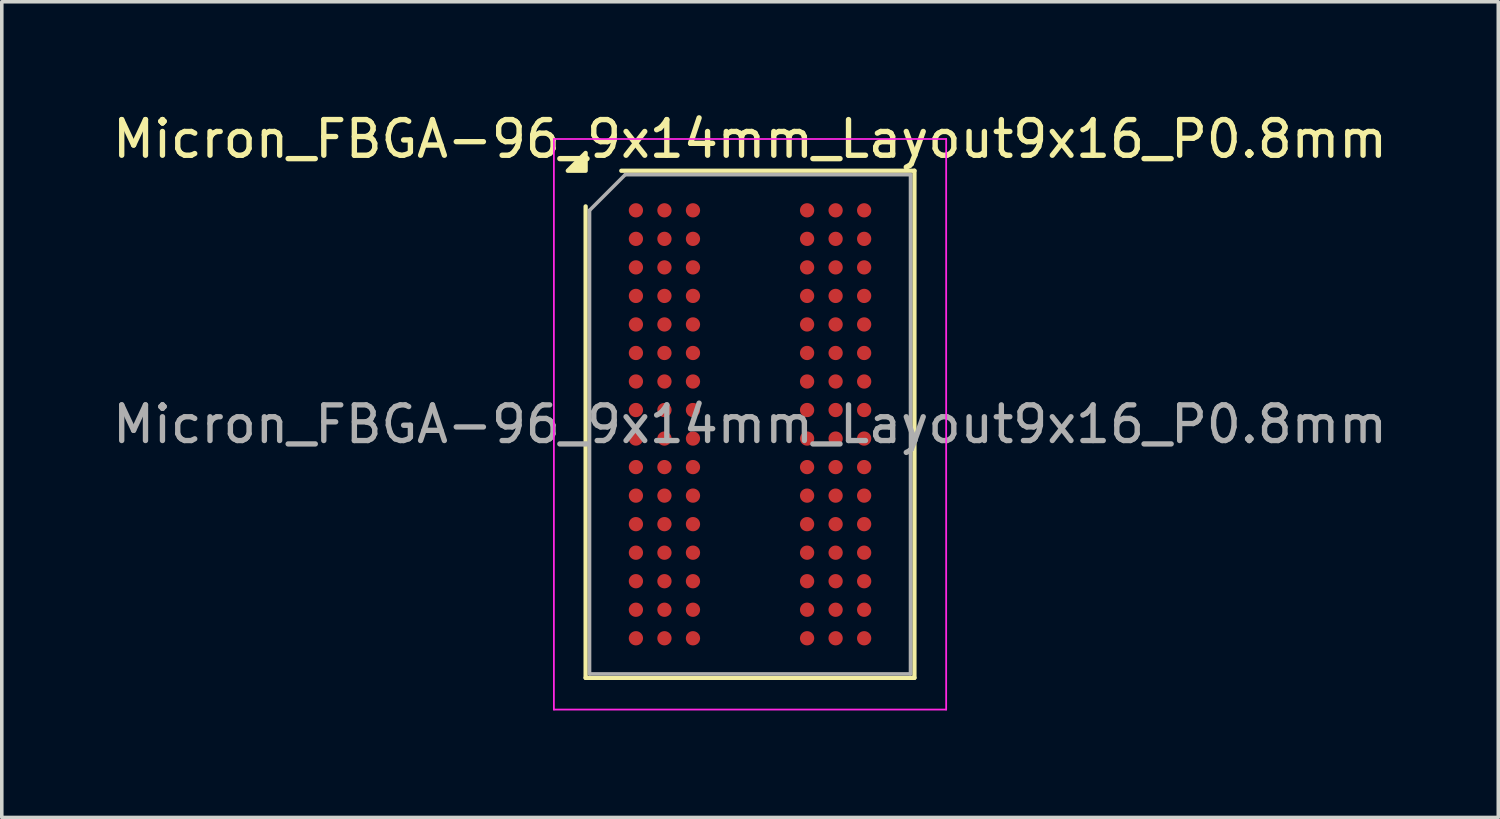
<source format=kicad_pcb>
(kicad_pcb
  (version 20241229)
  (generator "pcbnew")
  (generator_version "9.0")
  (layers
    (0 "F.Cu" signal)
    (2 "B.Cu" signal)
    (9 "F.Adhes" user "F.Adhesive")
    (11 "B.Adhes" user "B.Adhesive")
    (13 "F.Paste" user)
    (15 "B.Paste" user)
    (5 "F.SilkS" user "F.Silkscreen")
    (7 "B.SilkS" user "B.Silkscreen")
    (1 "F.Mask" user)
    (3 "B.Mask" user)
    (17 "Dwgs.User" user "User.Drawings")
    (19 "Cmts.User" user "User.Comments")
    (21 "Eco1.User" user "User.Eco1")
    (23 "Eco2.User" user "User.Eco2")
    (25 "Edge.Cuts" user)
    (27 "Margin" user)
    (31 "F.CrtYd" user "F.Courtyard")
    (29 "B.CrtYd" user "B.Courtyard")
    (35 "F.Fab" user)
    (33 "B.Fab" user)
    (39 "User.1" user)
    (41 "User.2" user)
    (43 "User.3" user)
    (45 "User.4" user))
  (footprint "Micron_FBGA-96_9x14mm_Layout9x16_P0.8mm"
    (layer "F.Cu")
    (at 17.982 8.848)
    (property "Reference" "Micron_FBGA-96_9x14mm_Layout9x16_P0.8mm" (at 0 -8 0) (layer "F.SilkS") (effects (font (size 1 1) (thickness 0.15))))
    (attr smd)
    (fp_line (start -4.61 7.11) (end -4.61 -6.11) (stroke (width 0.12) (type solid)) (layer "F.SilkS"))
    (fp_line (start -3.61 -7.11) (end 4.61 -7.11) (stroke (width 0.12) (type solid)) (layer "F.SilkS"))
    (fp_line (start 4.61 -7.11) (end 4.61 7.11) (stroke (width 0.12) (type solid)) (layer "F.SilkS"))
    (fp_line (start 4.61 7.11) (end -4.61 7.11) (stroke (width 0.12) (type solid)) (layer "F.SilkS"))
    (fp_poly (pts (xy -4.61 -7.11) (xy -5.11 -7.11) (xy -4.61 -7.61)) (stroke (width 0.12) (type solid)) (fill yes) (layer "F.SilkS"))
    (fp_line (start -5.5 -8) (end -5.5 8) (stroke (width 0.05) (type solid)) (layer "F.CrtYd"))
    (fp_line (start -5.5 8) (end 5.5 8) (stroke (width 0.05) (type solid)) (layer "F.CrtYd"))
    (fp_line (start 5.5 -8) (end -5.5 -8) (stroke (width 0.05) (type solid)) (layer "F.CrtYd"))
    (fp_line (start 5.5 8) (end 5.5 -8) (stroke (width 0.05) (type solid)) (layer "F.CrtYd"))
    (fp_line (start -4.5 -6) (end -3.5 -7) (stroke (width 0.1) (type solid)) (layer "F.Fab"))
    (fp_line (start -4.5 7) (end -4.5 -6) (stroke (width 0.1) (type solid)) (layer "F.Fab"))
    (fp_line (start -3.5 -7) (end 4.5 -7) (stroke (width 0.1) (type solid)) (layer "F.Fab"))
    (fp_line (start 4.5 -7) (end 4.5 7) (stroke (width 0.1) (type solid)) (layer "F.Fab"))
    (fp_line (start 4.5 7) (end -4.5 7) (stroke (width 0.1) (type solid)) (layer "F.Fab"))
    (fp_text user "${REFERENCE}" (at 0 0 0) (layer "F.Fab") (effects (font (size 1 1) (thickness 0.15))))
    (pad "A1" smd circle (at -3.2 -6) (size 0.4 0.4) (property pad_prop_bga) (layers "F.Cu" "F.Mask" "F.Paste"))
    (pad "A2" smd circle (at -2.4 -6) (size 0.4 0.4) (property pad_prop_bga) (layers "F.Cu" "F.Mask" "F.Paste"))
    (pad "A3" smd circle (at -1.6 -6) (size 0.4 0.4) (property pad_prop_bga) (layers "F.Cu" "F.Mask" "F.Paste"))
    (pad "A7" smd circle (at 1.6 -6) (size 0.4 0.4) (property pad_prop_bga) (layers "F.Cu" "F.Mask" "F.Paste"))
    (pad "A8" smd circle (at 2.4 -6) (size 0.4 0.4) (property pad_prop_bga) (layers "F.Cu" "F.Mask" "F.Paste"))
    (pad "A9" smd circle (at 3.2 -6) (size 0.4 0.4) (property pad_prop_bga) (layers "F.Cu" "F.Mask" "F.Paste"))
    (pad "B1" smd circle (at -3.2 -5.2) (size 0.4 0.4) (property pad_prop_bga) (layers "F.Cu" "F.Mask" "F.Paste"))
    (pad "B2" smd circle (at -2.4 -5.2) (size 0.4 0.4) (property pad_prop_bga) (layers "F.Cu" "F.Mask" "F.Paste"))
    (pad "B3" smd circle (at -1.6 -5.2) (size 0.4 0.4) (property pad_prop_bga) (layers "F.Cu" "F.Mask" "F.Paste"))
    (pad "B7" smd circle (at 1.6 -5.2) (size 0.4 0.4) (property pad_prop_bga) (layers "F.Cu" "F.Mask" "F.Paste"))
    (pad "B8" smd circle (at 2.4 -5.2) (size 0.4 0.4) (property pad_prop_bga) (layers "F.Cu" "F.Mask" "F.Paste"))
    (pad "B9" smd circle (at 3.2 -5.2) (size 0.4 0.4) (property pad_prop_bga) (layers "F.Cu" "F.Mask" "F.Paste"))
    (pad "C1" smd circle (at -3.2 -4.4) (size 0.4 0.4) (property pad_prop_bga) (layers "F.Cu" "F.Mask" "F.Paste"))
    (pad "C2" smd circle (at -2.4 -4.4) (size 0.4 0.4) (property pad_prop_bga) (layers "F.Cu" "F.Mask" "F.Paste"))
    (pad "C3" smd circle (at -1.6 -4.4) (size 0.4 0.4) (property pad_prop_bga) (layers "F.Cu" "F.Mask" "F.Paste"))
    (pad "C7" smd circle (at 1.6 -4.4) (size 0.4 0.4) (property pad_prop_bga) (layers "F.Cu" "F.Mask" "F.Paste"))
    (pad "C8" smd circle (at 2.4 -4.4) (size 0.4 0.4) (property pad_prop_bga) (layers "F.Cu" "F.Mask" "F.Paste"))
    (pad "C9" smd circle (at 3.2 -4.4) (size 0.4 0.4) (property pad_prop_bga) (layers "F.Cu" "F.Mask" "F.Paste"))
    (pad "D1" smd circle (at -3.2 -3.6) (size 0.4 0.4) (property pad_prop_bga) (layers "F.Cu" "F.Mask" "F.Paste"))
    (pad "D2" smd circle (at -2.4 -3.6) (size 0.4 0.4) (property pad_prop_bga) (layers "F.Cu" "F.Mask" "F.Paste"))
    (pad "D3" smd circle (at -1.6 -3.6) (size 0.4 0.4) (property pad_prop_bga) (layers "F.Cu" "F.Mask" "F.Paste"))
    (pad "D7" smd circle (at 1.6 -3.6) (size 0.4 0.4) (property pad_prop_bga) (layers "F.Cu" "F.Mask" "F.Paste"))
    (pad "D8" smd circle (at 2.4 -3.6) (size 0.4 0.4) (property pad_prop_bga) (layers "F.Cu" "F.Mask" "F.Paste"))
    (pad "D9" smd circle (at 3.2 -3.6) (size 0.4 0.4) (property pad_prop_bga) (layers "F.Cu" "F.Mask" "F.Paste"))
    (pad "E1" smd circle (at -3.2 -2.8) (size 0.4 0.4) (property pad_prop_bga) (layers "F.Cu" "F.Mask" "F.Paste"))
    (pad "E2" smd circle (at -2.4 -2.8) (size 0.4 0.4) (property pad_prop_bga) (layers "F.Cu" "F.Mask" "F.Paste"))
    (pad "E3" smd circle (at -1.6 -2.8) (size 0.4 0.4) (property pad_prop_bga) (layers "F.Cu" "F.Mask" "F.Paste"))
    (pad "E7" smd circle (at 1.6 -2.8) (size 0.4 0.4) (property pad_prop_bga) (layers "F.Cu" "F.Mask" "F.Paste"))
    (pad "E8" smd circle (at 2.4 -2.8) (size 0.4 0.4) (property pad_prop_bga) (layers "F.Cu" "F.Mask" "F.Paste"))
    (pad "E9" smd circle (at 3.2 -2.8) (size 0.4 0.4) (property pad_prop_bga) (layers "F.Cu" "F.Mask" "F.Paste"))
    (pad "F1" smd circle (at -3.2 -2) (size 0.4 0.4) (property pad_prop_bga) (layers "F.Cu" "F.Mask" "F.Paste"))
    (pad "F2" smd circle (at -2.4 -2) (size 0.4 0.4) (property pad_prop_bga) (layers "F.Cu" "F.Mask" "F.Paste"))
    (pad "F3" smd circle (at -1.6 -2) (size 0.4 0.4) (property pad_prop_bga) (layers "F.Cu" "F.Mask" "F.Paste"))
    (pad "F7" smd circle (at 1.6 -2) (size 0.4 0.4) (property pad_prop_bga) (layers "F.Cu" "F.Mask" "F.Paste"))
    (pad "F8" smd circle (at 2.4 -2) (size 0.4 0.4) (property pad_prop_bga) (layers "F.Cu" "F.Mask" "F.Paste"))
    (pad "F9" smd circle (at 3.2 -2) (size 0.4 0.4) (property pad_prop_bga) (layers "F.Cu" "F.Mask" "F.Paste"))
    (pad "G1" smd circle (at -3.2 -1.2) (size 0.4 0.4) (property pad_prop_bga) (layers "F.Cu" "F.Mask" "F.Paste"))
    (pad "G2" smd circle (at -2.4 -1.2) (size 0.4 0.4) (property pad_prop_bga) (layers "F.Cu" "F.Mask" "F.Paste"))
    (pad "G3" smd circle (at -1.6 -1.2) (size 0.4 0.4) (property pad_prop_bga) (layers "F.Cu" "F.Mask" "F.Paste"))
    (pad "G7" smd circle (at 1.6 -1.2) (size 0.4 0.4) (property pad_prop_bga) (layers "F.Cu" "F.Mask" "F.Paste"))
    (pad "G8" smd circle (at 2.4 -1.2) (size 0.4 0.4) (property pad_prop_bga) (layers "F.Cu" "F.Mask" "F.Paste"))
    (pad "G9" smd circle (at 3.2 -1.2) (size 0.4 0.4) (property pad_prop_bga) (layers "F.Cu" "F.Mask" "F.Paste"))
    (pad "H1" smd circle (at -3.2 -0.4) (size 0.4 0.4) (property pad_prop_bga) (layers "F.Cu" "F.Mask" "F.Paste"))
    (pad "H2" smd circle (at -2.4 -0.4) (size 0.4 0.4) (property pad_prop_bga) (layers "F.Cu" "F.Mask" "F.Paste"))
    (pad "H3" smd circle (at -1.6 -0.4) (size 0.4 0.4) (property pad_prop_bga) (layers "F.Cu" "F.Mask" "F.Paste"))
    (pad "H7" smd circle (at 1.6 -0.4) (size 0.4 0.4) (property pad_prop_bga) (layers "F.Cu" "F.Mask" "F.Paste"))
    (pad "H8" smd circle (at 2.4 -0.4) (size 0.4 0.4) (property pad_prop_bga) (layers "F.Cu" "F.Mask" "F.Paste"))
    (pad "H9" smd circle (at 3.2 -0.4) (size 0.4 0.4) (property pad_prop_bga) (layers "F.Cu" "F.Mask" "F.Paste"))
    (pad "J1" smd circle (at -3.2 0.4) (size 0.4 0.4) (property pad_prop_bga) (layers "F.Cu" "F.Mask" "F.Paste"))
    (pad "J2" smd circle (at -2.4 0.4) (size 0.4 0.4) (property pad_prop_bga) (layers "F.Cu" "F.Mask" "F.Paste"))
    (pad "J3" smd circle (at -1.6 0.4) (size 0.4 0.4) (property pad_prop_bga) (layers "F.Cu" "F.Mask" "F.Paste"))
    (pad "J7" smd circle (at 1.6 0.4) (size 0.4 0.4) (property pad_prop_bga) (layers "F.Cu" "F.Mask" "F.Paste"))
    (pad "J8" smd circle (at 2.4 0.4) (size 0.4 0.4) (property pad_prop_bga) (layers "F.Cu" "F.Mask" "F.Paste"))
    (pad "J9" smd circle (at 3.2 0.4) (size 0.4 0.4) (property pad_prop_bga) (layers "F.Cu" "F.Mask" "F.Paste"))
    (pad "K1" smd circle (at -3.2 1.2) (size 0.4 0.4) (property pad_prop_bga) (layers "F.Cu" "F.Mask" "F.Paste"))
    (pad "K2" smd circle (at -2.4 1.2) (size 0.4 0.4) (property pad_prop_bga) (layers "F.Cu" "F.Mask" "F.Paste"))
    (pad "K3" smd circle (at -1.6 1.2) (size 0.4 0.4) (property pad_prop_bga) (layers "F.Cu" "F.Mask" "F.Paste"))
    (pad "K7" smd circle (at 1.6 1.2) (size 0.4 0.4) (property pad_prop_bga) (layers "F.Cu" "F.Mask" "F.Paste"))
    (pad "K8" smd circle (at 2.4 1.2) (size 0.4 0.4) (property pad_prop_bga) (layers "F.Cu" "F.Mask" "F.Paste"))
    (pad "K9" smd circle (at 3.2 1.2) (size 0.4 0.4) (property pad_prop_bga) (layers "F.Cu" "F.Mask" "F.Paste"))
    (pad "L1" smd circle (at -3.2 2) (size 0.4 0.4) (property pad_prop_bga) (layers "F.Cu" "F.Mask" "F.Paste"))
    (pad "L2" smd circle (at -2.4 2) (size 0.4 0.4) (property pad_prop_bga) (layers "F.Cu" "F.Mask" "F.Paste"))
    (pad "L3" smd circle (at -1.6 2) (size 0.4 0.4) (property pad_prop_bga) (layers "F.Cu" "F.Mask" "F.Paste"))
    (pad "L7" smd circle (at 1.6 2) (size 0.4 0.4) (property pad_prop_bga) (layers "F.Cu" "F.Mask" "F.Paste"))
    (pad "L8" smd circle (at 2.4 2) (size 0.4 0.4) (property pad_prop_bga) (layers "F.Cu" "F.Mask" "F.Paste"))
    (pad "L9" smd circle (at 3.2 2) (size 0.4 0.4) (property pad_prop_bga) (layers "F.Cu" "F.Mask" "F.Paste"))
    (pad "M1" smd circle (at -3.2 2.8) (size 0.4 0.4) (property pad_prop_bga) (layers "F.Cu" "F.Mask" "F.Paste"))
    (pad "M2" smd circle (at -2.4 2.8) (size 0.4 0.4) (property pad_prop_bga) (layers "F.Cu" "F.Mask" "F.Paste"))
    (pad "M3" smd circle (at -1.6 2.8) (size 0.4 0.4) (property pad_prop_bga) (layers "F.Cu" "F.Mask" "F.Paste"))
    (pad "M7" smd circle (at 1.6 2.8) (size 0.4 0.4) (property pad_prop_bga) (layers "F.Cu" "F.Mask" "F.Paste"))
    (pad "M8" smd circle (at 2.4 2.8) (size 0.4 0.4) (property pad_prop_bga) (layers "F.Cu" "F.Mask" "F.Paste"))
    (pad "M9" smd circle (at 3.2 2.8) (size 0.4 0.4) (property pad_prop_bga) (layers "F.Cu" "F.Mask" "F.Paste"))
    (pad "N1" smd circle (at -3.2 3.6) (size 0.4 0.4) (property pad_prop_bga) (layers "F.Cu" "F.Mask" "F.Paste"))
    (pad "N2" smd circle (at -2.4 3.6) (size 0.4 0.4) (property pad_prop_bga) (layers "F.Cu" "F.Mask" "F.Paste"))
    (pad "N3" smd circle (at -1.6 3.6) (size 0.4 0.4) (property pad_prop_bga) (layers "F.Cu" "F.Mask" "F.Paste"))
    (pad "N7" smd circle (at 1.6 3.6) (size 0.4 0.4) (property pad_prop_bga) (layers "F.Cu" "F.Mask" "F.Paste"))
    (pad "N8" smd circle (at 2.4 3.6) (size 0.4 0.4) (property pad_prop_bga) (layers "F.Cu" "F.Mask" "F.Paste"))
    (pad "N9" smd circle (at 3.2 3.6) (size 0.4 0.4) (property pad_prop_bga) (layers "F.Cu" "F.Mask" "F.Paste"))
    (pad "P1" smd circle (at -3.2 4.4) (size 0.4 0.4) (property pad_prop_bga) (layers "F.Cu" "F.Mask" "F.Paste"))
    (pad "P2" smd circle (at -2.4 4.4) (size 0.4 0.4) (property pad_prop_bga) (layers "F.Cu" "F.Mask" "F.Paste"))
    (pad "P3" smd circle (at -1.6 4.4) (size 0.4 0.4) (property pad_prop_bga) (layers "F.Cu" "F.Mask" "F.Paste"))
    (pad "P7" smd circle (at 1.6 4.4) (size 0.4 0.4) (property pad_prop_bga) (layers "F.Cu" "F.Mask" "F.Paste"))
    (pad "P8" smd circle (at 2.4 4.4) (size 0.4 0.4) (property pad_prop_bga) (layers "F.Cu" "F.Mask" "F.Paste"))
    (pad "P9" smd circle (at 3.2 4.4) (size 0.4 0.4) (property pad_prop_bga) (layers "F.Cu" "F.Mask" "F.Paste"))
    (pad "R1" smd circle (at -3.2 5.2) (size 0.4 0.4) (property pad_prop_bga) (layers "F.Cu" "F.Mask" "F.Paste"))
    (pad "R2" smd circle (at -2.4 5.2) (size 0.4 0.4) (property pad_prop_bga) (layers "F.Cu" "F.Mask" "F.Paste"))
    (pad "R3" smd circle (at -1.6 5.2) (size 0.4 0.4) (property pad_prop_bga) (layers "F.Cu" "F.Mask" "F.Paste"))
    (pad "R7" smd circle (at 1.6 5.2) (size 0.4 0.4) (property pad_prop_bga) (layers "F.Cu" "F.Mask" "F.Paste"))
    (pad "R8" smd circle (at 2.4 5.2) (size 0.4 0.4) (property pad_prop_bga) (layers "F.Cu" "F.Mask" "F.Paste"))
    (pad "R9" smd circle (at 3.2 5.2) (size 0.4 0.4) (property pad_prop_bga) (layers "F.Cu" "F.Mask" "F.Paste"))
    (pad "T1" smd circle (at -3.2 6) (size 0.4 0.4) (property pad_prop_bga) (layers "F.Cu" "F.Mask" "F.Paste"))
    (pad "T2" smd circle (at -2.4 6) (size 0.4 0.4) (property pad_prop_bga) (layers "F.Cu" "F.Mask" "F.Paste"))
    (pad "T3" smd circle (at -1.6 6) (size 0.4 0.4) (property pad_prop_bga) (layers "F.Cu" "F.Mask" "F.Paste"))
    (pad "T7" smd circle (at 1.6 6) (size 0.4 0.4) (property pad_prop_bga) (layers "F.Cu" "F.Mask" "F.Paste"))
    (pad "T8" smd circle (at 2.4 6) (size 0.4 0.4) (property pad_prop_bga) (layers "F.Cu" "F.Mask" "F.Paste"))
    (pad "T9" smd circle (at 3.2 6) (size 0.4 0.4) (property pad_prop_bga) (layers "F.Cu" "F.Mask" "F.Paste")))
  (gr_rect
    (start -3 -3)
    (end 38.964 19.873)
    (stroke (width 0.1) (type default))
    (fill no)
    (layer "Edge.Cuts")))
</source>
